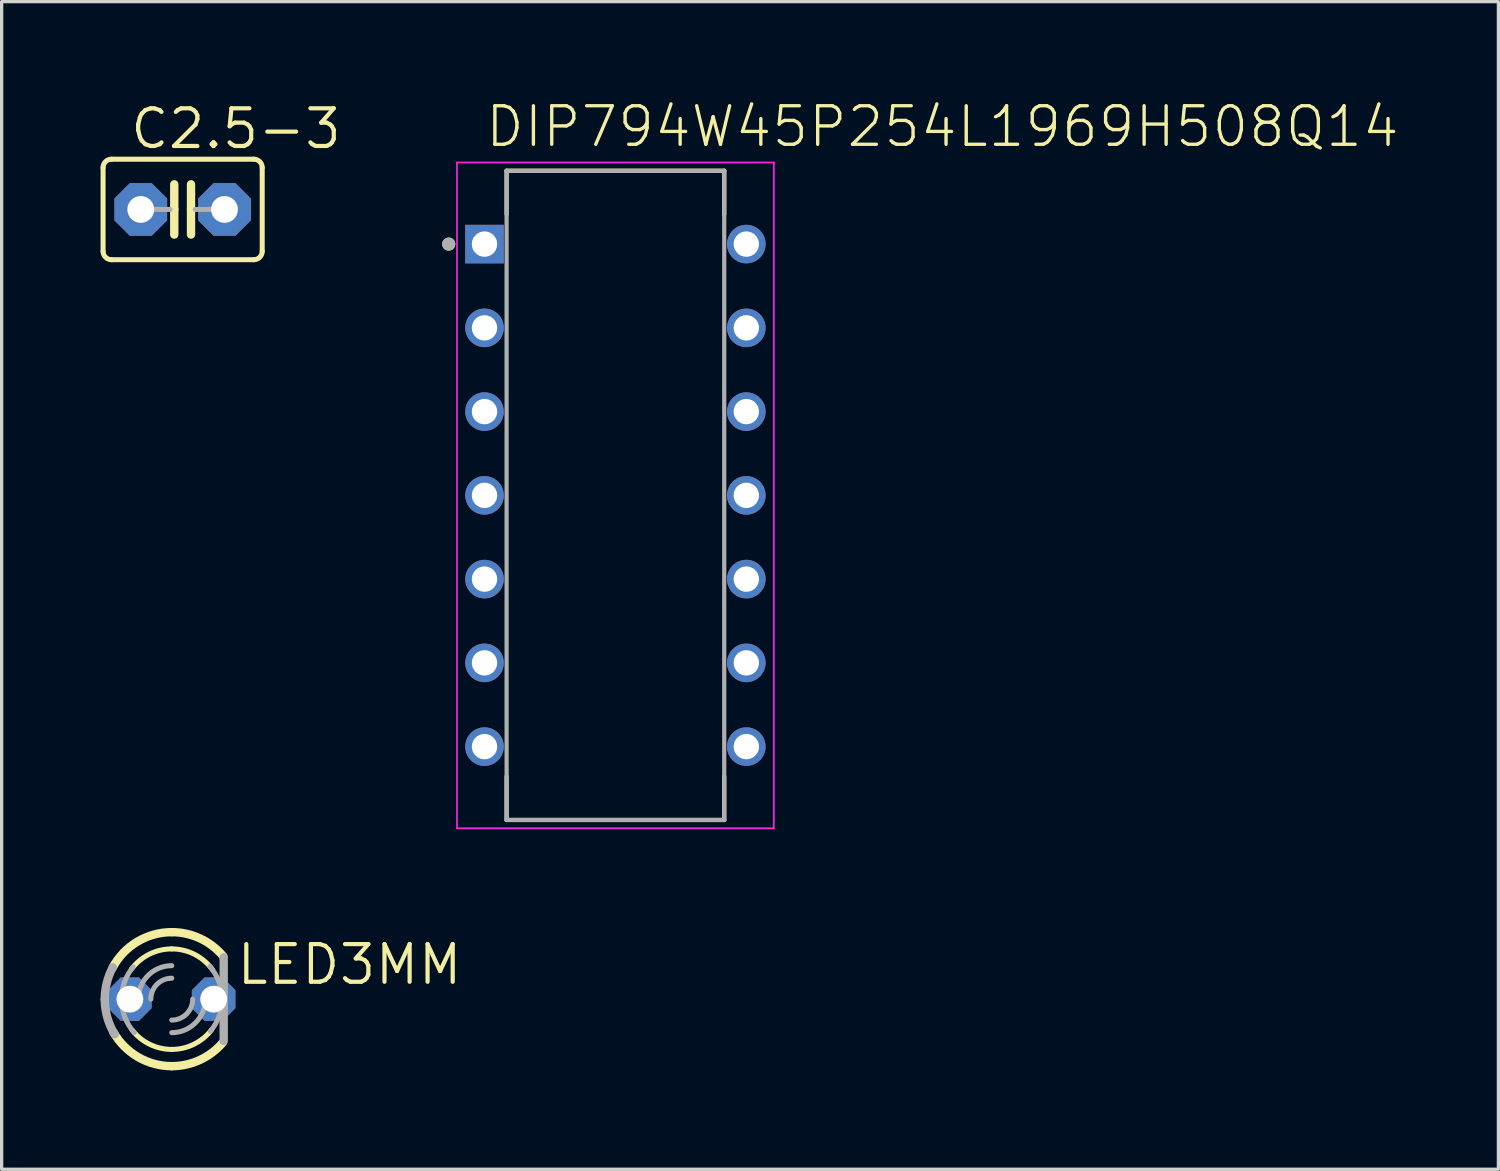
<source format=kicad_pcb>
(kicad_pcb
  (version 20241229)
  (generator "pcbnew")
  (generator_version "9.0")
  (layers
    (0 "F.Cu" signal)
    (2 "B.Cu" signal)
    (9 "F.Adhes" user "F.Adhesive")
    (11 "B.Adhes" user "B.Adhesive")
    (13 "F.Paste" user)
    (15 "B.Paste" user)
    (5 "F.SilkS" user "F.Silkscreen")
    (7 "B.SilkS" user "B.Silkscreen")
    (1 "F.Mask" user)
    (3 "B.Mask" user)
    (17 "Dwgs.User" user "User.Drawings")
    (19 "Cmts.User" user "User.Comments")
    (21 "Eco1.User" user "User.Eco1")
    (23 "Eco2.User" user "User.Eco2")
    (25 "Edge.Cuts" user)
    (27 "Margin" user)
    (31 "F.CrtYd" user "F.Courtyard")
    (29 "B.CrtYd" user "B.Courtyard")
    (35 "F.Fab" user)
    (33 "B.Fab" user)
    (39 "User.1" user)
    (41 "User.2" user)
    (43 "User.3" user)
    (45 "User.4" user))
  (footprint "C2.5-3"
    (layer "F.Cu")
    (at 2.489 3.302)
    (property "Reference" "C2.5-3" (at -1.651 -1.778 0) (layer "F.SilkS") (effects (font (size 1.143 1.143) (thickness 0.127)) (justify left bottom)))
    (fp_line (start -2.413 -1.27) (end -2.413 1.27) (stroke (width 0.152) (type solid)) (layer "F.SilkS"))
    (fp_line (start -2.159 -1.524) (end 2.159 -1.524) (stroke (width 0.152) (type solid)) (layer "F.SilkS"))
    (fp_line (start -0.254 -0.762) (end -0.254 0) (stroke (width 0.254) (type solid)) (layer "F.SilkS"))
    (fp_line (start -0.254 0) (end -0.381 0) (stroke (width 0.152) (type solid)) (layer "F.SilkS"))
    (fp_line (start -0.254 0) (end -0.254 0.762) (stroke (width 0.254) (type solid)) (layer "F.SilkS"))
    (fp_line (start 0.254 0) (end 0.254 -0.762) (stroke (width 0.254) (type solid)) (layer "F.SilkS"))
    (fp_line (start 0.254 0) (end 0.254 0.762) (stroke (width 0.254) (type solid)) (layer "F.SilkS"))
    (fp_line (start 0.381 0) (end 0.254 0) (stroke (width 0.152) (type solid)) (layer "F.SilkS"))
    (fp_line (start 2.159 1.524) (end -2.159 1.524) (stroke (width 0.152) (type solid)) (layer "F.SilkS"))
    (fp_line (start 2.413 -1.27) (end 2.413 1.27) (stroke (width 0.152) (type solid)) (layer "F.SilkS"))
    (fp_arc (start -2.413 -1.27) (mid -2.338605 -1.449605) (end -2.159 -1.524) (stroke (width 0.1524) (type solid)) (layer "F.SilkS"))
    (fp_arc (start -2.159 1.524) (mid -2.338605 1.449605) (end -2.413 1.27) (stroke (width 0.1524) (type solid)) (layer "F.SilkS"))
    (fp_arc (start 2.159 -1.524) (mid 2.338605 -1.449605) (end 2.413 -1.27) (stroke (width 0.1524) (type solid)) (layer "F.SilkS"))
    (fp_arc (start 2.413 1.27) (mid 2.338605 1.449605) (end 2.159 1.524) (stroke (width 0.1524) (type solid)) (layer "F.SilkS"))
    (fp_line (start -0.381 0) (end -1.27 0) (stroke (width 0.152) (type solid)) (layer "F.Fab"))
    (fp_line (start 1.27 0) (end 0.381 0) (stroke (width 0.152) (type solid)) (layer "F.Fab"))
    (pad "1" thru_hole roundrect (at -1.27 0) (size 1.6 1.6) (drill 0.813) (layers "*.Cu" "*.Mask") (roundrect_rratio 0.25) (chamfer_ratio 0.293) (chamfer top_left top_right bottom_left bottom_right))
    (pad "2" thru_hole roundrect (at 1.27 0) (size 1.6 1.6) (drill 0.813) (layers "*.Cu" "*.Mask") (roundrect_rratio 0.25) (chamfer_ratio 0.293) (chamfer top_left top_right bottom_left bottom_right)))
  (footprint "LED3MM"
    (layer "F.Cu")
    (at 2.159 27.252)
    (property "Reference" "LED3MM" (at 1.905 -0.381 0) (layer "F.SilkS") (effects (font (size 1.143 1.143) (thickness 0.127)) (justify left bottom)))
    (fp_arc (start -1.7929 -0.9562) (mid -1.045438 -1.7424) (end 0 -2.032) (stroke (width 0.254) (type solid)) (layer "F.SilkS"))
    (fp_arc (start -1.2192 -0.9144) (mid -0.681554 -1.363107) (end 0 -1.524) (stroke (width 0.1524) (type solid)) (layer "F.SilkS"))
    (fp_arc (start 0 -2.032) (mid 0.861864 -1.840173) (end 1.561 -1.3009) (stroke (width 0.254) (type solid)) (layer "F.SilkS"))
    (fp_arc (start 0 -1.524) (mid 0.697339 -1.355082) (end 1.2401 -0.885801) (stroke (width 0.1524) (type solid)) (layer "F.SilkS"))
    (fp_arc (start 0 1.524) (mid -0.669593 1.369018) (end -1.203 0.9356) (stroke (width 0.1524) (type solid)) (layer "F.SilkS"))
    (fp_arc (start 0 2.032) (mid -1.019924 1.757525) (end -1.7643 1.0082) (stroke (width 0.254) (type solid)) (layer "F.SilkS"))
    (fp_arc (start 1.203 0.9356) (mid 0.669593 1.369018) (end 0 1.524) (stroke (width 0.1524) (type solid)) (layer "F.SilkS"))
    (fp_arc (start 1.5512 1.3126) (mid 0.854953 1.843405) (end 0 2.032) (stroke (width 0.254) (type solid)) (layer "F.SilkS"))
    (fp_line (start 1.575 1.27) (end 1.575 -1.27) (stroke (width 0.254) (type solid)) (layer "F.Fab"))
    (fp_arc (start -2.032 0) (mid -1.970339 -0.496775) (end -1.7891 -0.9634) (stroke (width 0.254) (type solid)) (layer "F.Fab"))
    (fp_arc (start -1.7306 1.065) (mid -1.95521 0.553417) (end -2.032 0) (stroke (width 0.254) (type solid)) (layer "F.Fab"))
    (fp_arc (start -1.524 0) (mid -1.432981 -0.518783) (end -1.1708 -0.9756) (stroke (width 0.1524) (type solid)) (layer "F.Fab"))
    (fp_arc (start -1.1391 1.0125) (mid -1.42454 0.5416) (end -1.524 0) (stroke (width 0.1524) (type solid)) (layer "F.Fab"))
    (fp_arc (start -1.016 0) (mid -0.71842 -0.71842) (end 0 -1.016) (stroke (width 0.1524) (type solid)) (layer "F.Fab"))
    (fp_arc (start -0.635 0) (mid -0.449013 -0.449013) (end 0 -0.635) (stroke (width 0.1524) (type solid)) (layer "F.Fab"))
    (fp_arc (start 0.635 0) (mid 0.449013 0.449013) (end 0 0.635) (stroke (width 0.1524) (type solid)) (layer "F.Fab"))
    (fp_arc (start 1.016 0) (mid 0.71842 0.71842) (end 0 1.016) (stroke (width 0.1524) (type solid)) (layer "F.Fab"))
    (fp_arc (start 1.1571 -0.9918) (mid 1.429332 -0.528744) (end 1.524 0) (stroke (width 0.1524) (type solid)) (layer "F.Fab"))
    (fp_arc (start 1.524 0) (mid 1.432981 0.518783) (end 1.1708 0.9756) (stroke (width 0.1524) (type solid)) (layer "F.Fab"))
    (pad "A" thru_hole roundrect (at -1.27 0) (size 1.321 1.321) (drill 0.813) (layers "*.Cu" "*.Mask") (roundrect_rratio 0.25) (chamfer_ratio 0.293) (chamfer top_left top_right bottom_left bottom_right))
    (pad "K" thru_hole roundrect (at 1.27 0) (size 1.321 1.321) (drill 0.813) (layers "*.Cu" "*.Mask") (roundrect_rratio 0.25) (chamfer_ratio 0.293) (chamfer top_left top_right bottom_left bottom_right)))
  (footprint "DIP794W45P254L1969H508Q14"
    (layer "F.Cu")
    (at 15.614 11.973)
    (property "Reference" "DIP794W45P254L1969H508Q14" (at -4 -10.5 0) (layer "F.SilkS") (effects (font (size 1.168 1.168) (thickness 0.102)) (justify left bottom)))
    (fp_line (start -3.3 -9.845) (end 3.3 -9.845) (stroke (width 0.127) (type solid)) (layer "F.SilkS"))
    (fp_line (start -3.3 -8.525) (end -3.3 -9.845) (stroke (width 0.127) (type solid)) (layer "F.SilkS"))
    (fp_line (start -3.3 9.845) (end -3.3 8.525) (stroke (width 0.127) (type solid)) (layer "F.SilkS"))
    (fp_line (start 3.3 -9.845) (end 3.3 -8.525) (stroke (width 0.127) (type solid)) (layer "F.SilkS"))
    (fp_line (start 3.3 8.525) (end 3.3 9.845) (stroke (width 0.127) (type solid)) (layer "F.SilkS"))
    (fp_line (start 3.3 9.845) (end -3.3 9.845) (stroke (width 0.127) (type solid)) (layer "F.SilkS"))
    (fp_circle (center -5.055 -7.62) (end -4.955 -7.62) (stroke (width 0.2) (type solid)) (fill no) (layer "F.SilkS"))
    (fp_line (start -4.805 -10.095) (end -4.805 10.095) (stroke (width 0.05) (type solid)) (layer "F.CrtYd"))
    (fp_line (start 4.805 -10.095) (end -4.805 -10.095) (stroke (width 0.05) (type solid)) (layer "F.CrtYd"))
    (fp_line (start 4.805 -10.095) (end 4.805 10.095) (stroke (width 0.05) (type solid)) (layer "F.CrtYd"))
    (fp_line (start 4.805 10.095) (end -4.805 10.095) (stroke (width 0.05) (type solid)) (layer "F.CrtYd"))
    (fp_line (start -3.3 -9.845) (end -3.3 9.845) (stroke (width 0.127) (type solid)) (layer "F.Fab"))
    (fp_line (start -3.3 -9.845) (end 3.3 -9.845) (stroke (width 0.127) (type solid)) (layer "F.Fab"))
    (fp_line (start -3.3 9.845) (end 3.3 9.845) (stroke (width 0.127) (type solid)) (layer "F.Fab"))
    (fp_line (start 3.3 -9.845) (end 3.3 9.845) (stroke (width 0.127) (type solid)) (layer "F.Fab"))
    (fp_circle (center -5.055 -7.62) (end -4.955 -7.62) (stroke (width 0.2) (type solid)) (fill no) (layer "F.Fab"))
    (pad "1" thru_hole rect (at -3.97 -7.62) (size 1.17 1.17) (drill 0.77) (layers "*.Cu" "*.Mask"))
    (pad "2" thru_hole circle (at -3.97 -5.08) (size 1.17 1.17) (drill 0.77) (layers "*.Cu" "*.Mask"))
    (pad "3" thru_hole circle (at -3.97 -2.54) (size 1.17 1.17) (drill 0.77) (layers "*.Cu" "*.Mask"))
    (pad "4" thru_hole circle (at -3.97 0) (size 1.17 1.17) (drill 0.77) (layers "*.Cu" "*.Mask"))
    (pad "5" thru_hole circle (at -3.97 2.54) (size 1.17 1.17) (drill 0.77) (layers "*.Cu" "*.Mask"))
    (pad "6" thru_hole circle (at -3.97 5.08) (size 1.17 1.17) (drill 0.77) (layers "*.Cu" "*.Mask"))
    (pad "7" thru_hole circle (at -3.97 7.62) (size 1.17 1.17) (drill 0.77) (layers "*.Cu" "*.Mask"))
    (pad "8" thru_hole circle (at 3.97 7.62) (size 1.17 1.17) (drill 0.77) (layers "*.Cu" "*.Mask"))
    (pad "9" thru_hole circle (at 3.97 5.08) (size 1.17 1.17) (drill 0.77) (layers "*.Cu" "*.Mask"))
    (pad "10" thru_hole circle (at 3.97 2.54) (size 1.17 1.17) (drill 0.77) (layers "*.Cu" "*.Mask"))
    (pad "11" thru_hole circle (at 3.97 0) (size 1.17 1.17) (drill 0.77) (layers "*.Cu" "*.Mask"))
    (pad "12" thru_hole circle (at 3.97 -2.54) (size 1.17 1.17) (drill 0.77) (layers "*.Cu" "*.Mask"))
    (pad "13" thru_hole circle (at 3.97 -5.08) (size 1.17 1.17) (drill 0.77) (layers "*.Cu" "*.Mask"))
    (pad "14" thru_hole circle (at 3.97 -7.62) (size 1.17 1.17) (drill 0.77) (layers "*.Cu" "*.Mask")))
  (gr_rect
    (start -3 -3)
    (end 42.393 32.411)
    (stroke (width 0.1) (type default))
    (fill no)
    (layer "Edge.Cuts")))
</source>
